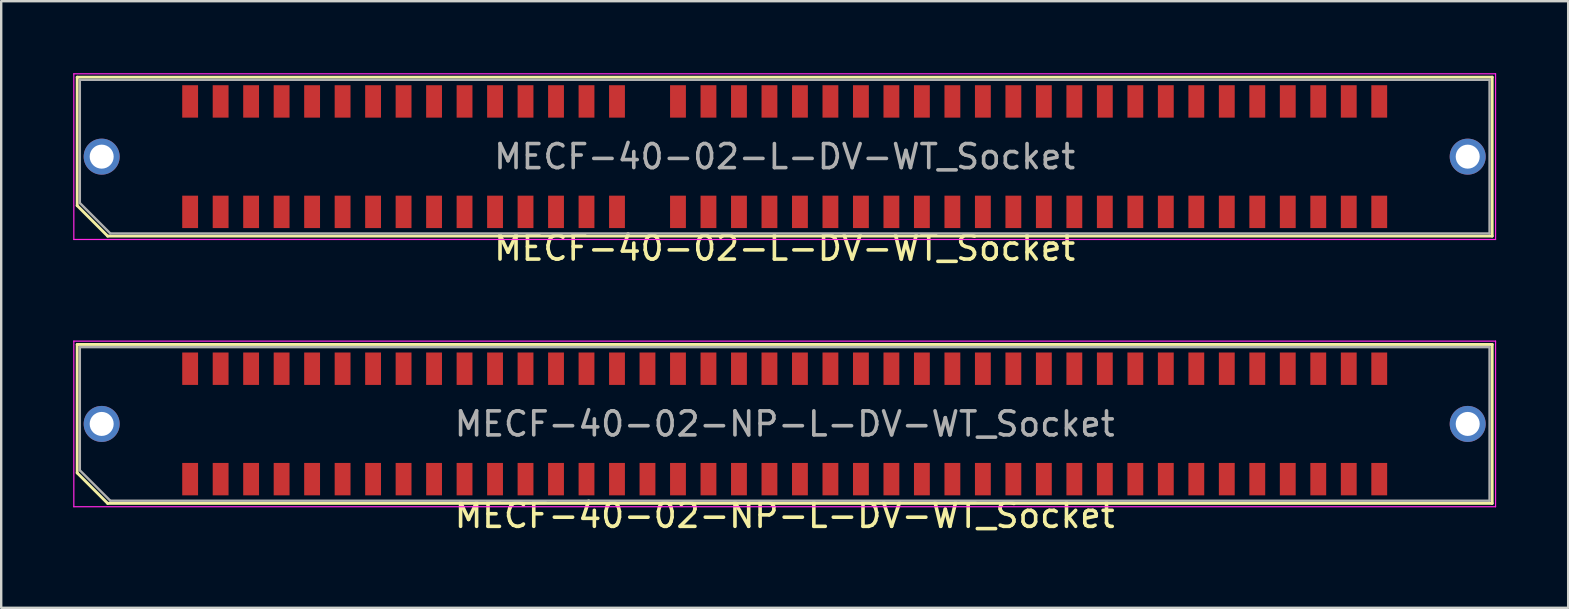
<source format=kicad_pcb>
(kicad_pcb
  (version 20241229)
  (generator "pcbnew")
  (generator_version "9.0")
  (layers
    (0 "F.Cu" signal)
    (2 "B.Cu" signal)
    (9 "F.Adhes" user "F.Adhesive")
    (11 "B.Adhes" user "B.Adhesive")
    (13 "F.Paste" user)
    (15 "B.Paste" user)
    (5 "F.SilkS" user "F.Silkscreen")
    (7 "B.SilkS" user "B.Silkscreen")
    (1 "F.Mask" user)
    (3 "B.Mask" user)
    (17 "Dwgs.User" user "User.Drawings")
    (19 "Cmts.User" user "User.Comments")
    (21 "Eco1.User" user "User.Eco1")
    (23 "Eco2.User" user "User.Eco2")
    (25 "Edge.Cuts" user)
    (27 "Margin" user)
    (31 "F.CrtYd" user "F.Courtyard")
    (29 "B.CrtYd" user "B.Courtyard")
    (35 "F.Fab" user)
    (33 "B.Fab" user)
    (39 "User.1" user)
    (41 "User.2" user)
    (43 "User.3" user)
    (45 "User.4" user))
  (footprint "MECF-40-02-L-DV-WT_Socket"
    (layer "F.Cu")
    (at 29.635 3.475)
    (property "Reference" "MECF-40-02-L-DV-WT_Socket" (at 0 3.81 0) (layer "F.SilkS") (effects (font (size 1 1) (thickness 0.15))))
    (attr smd)
    (fp_line (start -29.47 -3.31) (end 29.47 -3.31) (stroke (width 0.12) (type solid)) (layer "F.SilkS"))
    (fp_line (start -29.47 2.04) (end -29.47 -3.31) (stroke (width 0.12) (type solid)) (layer "F.SilkS"))
    (fp_line (start -28.2 3.31) (end -29.47 2.04) (stroke (width 0.12) (type solid)) (layer "F.SilkS"))
    (fp_line (start -28.2 3.31) (end 29.47 3.31) (stroke (width 0.12) (type solid)) (layer "F.SilkS"))
    (fp_line (start 29.47 3.31) (end 29.47 -3.31) (stroke (width 0.12) (type solid)) (layer "F.SilkS"))
    (fp_line (start -29.61 -3.45) (end -29.61 3.45) (stroke (width 0.05) (type solid)) (layer "F.CrtYd"))
    (fp_line (start -29.61 3.45) (end 29.61 3.45) (stroke (width 0.05) (type solid)) (layer "F.CrtYd"))
    (fp_line (start 29.61 -3.45) (end -29.61 -3.45) (stroke (width 0.05) (type solid)) (layer "F.CrtYd"))
    (fp_line (start 29.61 3.45) (end 29.61 -3.45) (stroke (width 0.05) (type solid)) (layer "F.CrtYd"))
    (fp_line (start -29.36 -3.2) (end 29.36 -3.2) (stroke (width 0.1) (type solid)) (layer "F.Fab"))
    (fp_line (start -29.36 1.93) (end -29.36 -3.2) (stroke (width 0.1) (type solid)) (layer "F.Fab"))
    (fp_line (start -29.36 1.93) (end -28.09 3.2) (stroke (width 0.1) (type solid)) (layer "F.Fab"))
    (fp_line (start -28.09 3.2) (end 29.36 3.2) (stroke (width 0.1) (type solid)) (layer "F.Fab"))
    (fp_line (start 29.36 3.2) (end 29.36 -3.2) (stroke (width 0.1) (type solid)) (layer "F.Fab"))
    (fp_text user "${REFERENCE}" (at 0 0 0) (layer "F.Fab") (effects (font (size 1 1) (thickness 0.15))))
    (pad "" thru_hole circle (at -28.45 0) (size 1.5 1.5) (drill 1) (layers "*.Cu" "*.Mask"))
    (pad "" np_thru_hole circle (at -26.545 0) (size 0.001 0.001) (drill 1.45) (layers "*.Cu" "*.Mask"))
    (pad "" np_thru_hole circle (at 26.545 1) (size 0.001 0.001) (drill 1.45) (layers "*.Cu" "*.Mask"))
    (pad "" thru_hole circle (at 28.45 0) (size 1.5 1.5) (drill 1) (layers "*.Cu" "*.Mask"))
    (pad "1" smd rect (at -24.765 2.3) (size 0.66 1.35) (layers "F.Cu" "F.Mask" "F.Paste"))
    (pad "2" smd rect (at -24.765 -2.3) (size 0.66 1.35) (layers "F.Cu" "F.Mask" "F.Paste"))
    (pad "3" smd rect (at -23.495 2.3) (size 0.66 1.35) (layers "F.Cu" "F.Mask" "F.Paste"))
    (pad "4" smd rect (at -23.495 -2.3) (size 0.66 1.35) (layers "F.Cu" "F.Mask" "F.Paste"))
    (pad "5" smd rect (at -22.225 2.3) (size 0.66 1.35) (layers "F.Cu" "F.Mask" "F.Paste"))
    (pad "6" smd rect (at -22.225 -2.3) (size 0.66 1.35) (layers "F.Cu" "F.Mask" "F.Paste"))
    (pad "7" smd rect (at -20.955 2.3) (size 0.66 1.35) (layers "F.Cu" "F.Mask" "F.Paste"))
    (pad "8" smd rect (at -20.955 -2.3) (size 0.66 1.35) (layers "F.Cu" "F.Mask" "F.Paste"))
    (pad "9" smd rect (at -19.685 2.3) (size 0.66 1.35) (layers "F.Cu" "F.Mask" "F.Paste"))
    (pad "10" smd rect (at -19.685 -2.3) (size 0.66 1.35) (layers "F.Cu" "F.Mask" "F.Paste"))
    (pad "11" smd rect (at -18.415 2.3) (size 0.66 1.35) (layers "F.Cu" "F.Mask" "F.Paste"))
    (pad "12" smd rect (at -18.415 -2.3) (size 0.66 1.35) (layers "F.Cu" "F.Mask" "F.Paste"))
    (pad "13" smd rect (at -17.145 2.3) (size 0.66 1.35) (layers "F.Cu" "F.Mask" "F.Paste"))
    (pad "14" smd rect (at -17.145 -2.3) (size 0.66 1.35) (layers "F.Cu" "F.Mask" "F.Paste"))
    (pad "15" smd rect (at -15.875 2.3) (size 0.66 1.35) (layers "F.Cu" "F.Mask" "F.Paste"))
    (pad "16" smd rect (at -15.875 -2.3) (size 0.66 1.35) (layers "F.Cu" "F.Mask" "F.Paste"))
    (pad "17" smd rect (at -14.605 2.3) (size 0.66 1.35) (layers "F.Cu" "F.Mask" "F.Paste"))
    (pad "18" smd rect (at -14.605 -2.3) (size 0.66 1.35) (layers "F.Cu" "F.Mask" "F.Paste"))
    (pad "19" smd rect (at -13.335 2.3) (size 0.66 1.35) (layers "F.Cu" "F.Mask" "F.Paste"))
    (pad "20" smd rect (at -13.335 -2.3) (size 0.66 1.35) (layers "F.Cu" "F.Mask" "F.Paste"))
    (pad "21" smd rect (at -12.065 2.3) (size 0.66 1.35) (layers "F.Cu" "F.Mask" "F.Paste"))
    (pad "22" smd rect (at -12.065 -2.3) (size 0.66 1.35) (layers "F.Cu" "F.Mask" "F.Paste"))
    (pad "23" smd rect (at -10.795 2.3) (size 0.66 1.35) (layers "F.Cu" "F.Mask" "F.Paste"))
    (pad "24" smd rect (at -10.795 -2.3) (size 0.66 1.35) (layers "F.Cu" "F.Mask" "F.Paste"))
    (pad "25" smd rect (at -9.525 2.3) (size 0.66 1.35) (layers "F.Cu" "F.Mask" "F.Paste"))
    (pad "26" smd rect (at -9.525 -2.3) (size 0.66 1.35) (layers "F.Cu" "F.Mask" "F.Paste"))
    (pad "27" smd rect (at -8.255 2.3) (size 0.66 1.35) (layers "F.Cu" "F.Mask" "F.Paste"))
    (pad "28" smd rect (at -8.255 -2.3) (size 0.66 1.35) (layers "F.Cu" "F.Mask" "F.Paste"))
    (pad "29" smd rect (at -6.985 2.3) (size 0.66 1.35) (layers "F.Cu" "F.Mask" "F.Paste"))
    (pad "30" smd rect (at -6.985 -2.3) (size 0.66 1.35) (layers "F.Cu" "F.Mask" "F.Paste"))
    (pad "33" smd rect (at -4.445 2.3) (size 0.66 1.35) (layers "F.Cu" "F.Mask" "F.Paste"))
    (pad "34" smd rect (at -4.445 -2.3) (size 0.66 1.35) (layers "F.Cu" "F.Mask" "F.Paste"))
    (pad "35" smd rect (at -3.175 2.3) (size 0.66 1.35) (layers "F.Cu" "F.Mask" "F.Paste"))
    (pad "36" smd rect (at -3.175 -2.3) (size 0.66 1.35) (layers "F.Cu" "F.Mask" "F.Paste"))
    (pad "37" smd rect (at -1.905 2.3) (size 0.66 1.35) (layers "F.Cu" "F.Mask" "F.Paste"))
    (pad "38" smd rect (at -1.905 -2.3) (size 0.66 1.35) (layers "F.Cu" "F.Mask" "F.Paste"))
    (pad "39" smd rect (at -0.635 2.3) (size 0.66 1.35) (layers "F.Cu" "F.Mask" "F.Paste"))
    (pad "40" smd rect (at -0.635 -2.3) (size 0.66 1.35) (layers "F.Cu" "F.Mask" "F.Paste"))
    (pad "41" smd rect (at 0.635 2.3) (size 0.66 1.35) (layers "F.Cu" "F.Mask" "F.Paste"))
    (pad "42" smd rect (at 0.635 -2.3) (size 0.66 1.35) (layers "F.Cu" "F.Mask" "F.Paste"))
    (pad "43" smd rect (at 1.905 2.3) (size 0.66 1.35) (layers "F.Cu" "F.Mask" "F.Paste"))
    (pad "44" smd rect (at 1.905 -2.3) (size 0.66 1.35) (layers "F.Cu" "F.Mask" "F.Paste"))
    (pad "45" smd rect (at 3.175 2.3) (size 0.66 1.35) (layers "F.Cu" "F.Mask" "F.Paste"))
    (pad "46" smd rect (at 3.175 -2.3) (size 0.66 1.35) (layers "F.Cu" "F.Mask" "F.Paste"))
    (pad "47" smd rect (at 4.445 2.3) (size 0.66 1.35) (layers "F.Cu" "F.Mask" "F.Paste"))
    (pad "48" smd rect (at 4.445 -2.3) (size 0.66 1.35) (layers "F.Cu" "F.Mask" "F.Paste"))
    (pad "49" smd rect (at 5.715 2.3) (size 0.66 1.35) (layers "F.Cu" "F.Mask" "F.Paste"))
    (pad "50" smd rect (at 5.715 -2.3) (size 0.66 1.35) (layers "F.Cu" "F.Mask" "F.Paste"))
    (pad "51" smd rect (at 6.985 2.3) (size 0.66 1.35) (layers "F.Cu" "F.Mask" "F.Paste"))
    (pad "52" smd rect (at 6.985 -2.3) (size 0.66 1.35) (layers "F.Cu" "F.Mask" "F.Paste"))
    (pad "53" smd rect (at 8.255 2.3) (size 0.66 1.35) (layers "F.Cu" "F.Mask" "F.Paste"))
    (pad "54" smd rect (at 8.255 -2.3) (size 0.66 1.35) (layers "F.Cu" "F.Mask" "F.Paste"))
    (pad "55" smd rect (at 9.525 2.3) (size 0.66 1.35) (layers "F.Cu" "F.Mask" "F.Paste"))
    (pad "56" smd rect (at 9.525 -2.3) (size 0.66 1.35) (layers "F.Cu" "F.Mask" "F.Paste"))
    (pad "57" smd rect (at 10.795 2.3) (size 0.66 1.35) (layers "F.Cu" "F.Mask" "F.Paste"))
    (pad "58" smd rect (at 10.795 -2.3) (size 0.66 1.35) (layers "F.Cu" "F.Mask" "F.Paste"))
    (pad "59" smd rect (at 12.065 2.3) (size 0.66 1.35) (layers "F.Cu" "F.Mask" "F.Paste"))
    (pad "60" smd rect (at 12.065 -2.3) (size 0.66 1.35) (layers "F.Cu" "F.Mask" "F.Paste"))
    (pad "61" smd rect (at 13.335 2.3) (size 0.66 1.35) (layers "F.Cu" "F.Mask" "F.Paste"))
    (pad "62" smd rect (at 13.335 -2.3) (size 0.66 1.35) (layers "F.Cu" "F.Mask" "F.Paste"))
    (pad "63" smd rect (at 14.605 2.3) (size 0.66 1.35) (layers "F.Cu" "F.Mask" "F.Paste"))
    (pad "64" smd rect (at 14.605 -2.3) (size 0.66 1.35) (layers "F.Cu" "F.Mask" "F.Paste"))
    (pad "65" smd rect (at 15.875 2.3) (size 0.66 1.35) (layers "F.Cu" "F.Mask" "F.Paste"))
    (pad "66" smd rect (at 15.875 -2.3) (size 0.66 1.35) (layers "F.Cu" "F.Mask" "F.Paste"))
    (pad "67" smd rect (at 17.145 2.3) (size 0.66 1.35) (layers "F.Cu" "F.Mask" "F.Paste"))
    (pad "68" smd rect (at 17.145 -2.3) (size 0.66 1.35) (layers "F.Cu" "F.Mask" "F.Paste"))
    (pad "69" smd rect (at 18.415 2.3) (size 0.66 1.35) (layers "F.Cu" "F.Mask" "F.Paste"))
    (pad "70" smd rect (at 18.415 -2.3) (size 0.66 1.35) (layers "F.Cu" "F.Mask" "F.Paste"))
    (pad "71" smd rect (at 19.685 2.3) (size 0.66 1.35) (layers "F.Cu" "F.Mask" "F.Paste"))
    (pad "72" smd rect (at 19.685 -2.3) (size 0.66 1.35) (layers "F.Cu" "F.Mask" "F.Paste"))
    (pad "73" smd rect (at 20.955 2.3) (size 0.66 1.35) (layers "F.Cu" "F.Mask" "F.Paste"))
    (pad "74" smd rect (at 20.955 -2.3) (size 0.66 1.35) (layers "F.Cu" "F.Mask" "F.Paste"))
    (pad "75" smd rect (at 22.225 2.3) (size 0.66 1.35) (layers "F.Cu" "F.Mask" "F.Paste"))
    (pad "76" smd rect (at 22.225 -2.3) (size 0.66 1.35) (layers "F.Cu" "F.Mask" "F.Paste"))
    (pad "77" smd rect (at 23.495 2.3) (size 0.66 1.35) (layers "F.Cu" "F.Mask" "F.Paste"))
    (pad "78" smd rect (at 23.495 -2.3) (size 0.66 1.35) (layers "F.Cu" "F.Mask" "F.Paste"))
    (pad "79" smd rect (at 24.765 2.3) (size 0.66 1.35) (layers "F.Cu" "F.Mask" "F.Paste"))
    (pad "80" smd rect (at 24.765 -2.3) (size 0.66 1.35) (layers "F.Cu" "F.Mask" "F.Paste")))
  (footprint "MECF-40-02-NP-L-DV-WT_Socket"
    (layer "F.Cu")
    (at 29.635 14.608)
    (property "Reference" "MECF-40-02-NP-L-DV-WT_Socket" (at 0 3.81 0) (layer "F.SilkS") (effects (font (size 1 1) (thickness 0.15))))
    (attr smd)
    (fp_line (start -29.47 -3.31) (end 29.47 -3.31) (stroke (width 0.12) (type solid)) (layer "F.SilkS"))
    (fp_line (start -29.47 2.04) (end -29.47 -3.31) (stroke (width 0.12) (type solid)) (layer "F.SilkS"))
    (fp_line (start -28.2 3.31) (end -29.47 2.04) (stroke (width 0.12) (type solid)) (layer "F.SilkS"))
    (fp_line (start -28.2 3.31) (end 29.47 3.31) (stroke (width 0.12) (type solid)) (layer "F.SilkS"))
    (fp_line (start 29.47 3.31) (end 29.47 -3.31) (stroke (width 0.12) (type solid)) (layer "F.SilkS"))
    (fp_line (start -29.61 -3.45) (end -29.61 3.45) (stroke (width 0.05) (type solid)) (layer "F.CrtYd"))
    (fp_line (start -29.61 3.45) (end 29.61 3.45) (stroke (width 0.05) (type solid)) (layer "F.CrtYd"))
    (fp_line (start 29.61 -3.45) (end -29.61 -3.45) (stroke (width 0.05) (type solid)) (layer "F.CrtYd"))
    (fp_line (start 29.61 3.45) (end 29.61 -3.45) (stroke (width 0.05) (type solid)) (layer "F.CrtYd"))
    (fp_line (start -29.36 -3.2) (end 29.36 -3.2) (stroke (width 0.1) (type solid)) (layer "F.Fab"))
    (fp_line (start -29.36 1.93) (end -29.36 -3.2) (stroke (width 0.1) (type solid)) (layer "F.Fab"))
    (fp_line (start -29.36 1.93) (end -28.09 3.2) (stroke (width 0.1) (type solid)) (layer "F.Fab"))
    (fp_line (start -28.09 3.2) (end 29.36 3.2) (stroke (width 0.1) (type solid)) (layer "F.Fab"))
    (fp_line (start 29.36 3.2) (end 29.36 -3.2) (stroke (width 0.1) (type solid)) (layer "F.Fab"))
    (fp_text user "${REFERENCE}" (at 0 0 0) (layer "F.Fab") (effects (font (size 1 1) (thickness 0.15))))
    (pad "" thru_hole circle (at -28.45 0) (size 1.5 1.5) (drill 1) (layers "*.Cu" "*.Mask"))
    (pad "" np_thru_hole circle (at -26.545 0) (size 0.001 0.001) (drill 1.45) (layers "*.Cu" "*.Mask"))
    (pad "" np_thru_hole circle (at 26.545 1) (size 0.001 0.001) (drill 1.45) (layers "*.Cu" "*.Mask"))
    (pad "" thru_hole circle (at 28.45 0) (size 1.5 1.5) (drill 1) (layers "*.Cu" "*.Mask"))
    (pad "1" smd rect (at -24.765 2.3) (size 0.66 1.35) (layers "F.Cu" "F.Mask" "F.Paste"))
    (pad "2" smd rect (at -24.765 -2.3) (size 0.66 1.35) (layers "F.Cu" "F.Mask" "F.Paste"))
    (pad "3" smd rect (at -23.495 2.3) (size 0.66 1.35) (layers "F.Cu" "F.Mask" "F.Paste"))
    (pad "4" smd rect (at -23.495 -2.3) (size 0.66 1.35) (layers "F.Cu" "F.Mask" "F.Paste"))
    (pad "5" smd rect (at -22.225 2.3) (size 0.66 1.35) (layers "F.Cu" "F.Mask" "F.Paste"))
    (pad "6" smd rect (at -22.225 -2.3) (size 0.66 1.35) (layers "F.Cu" "F.Mask" "F.Paste"))
    (pad "7" smd rect (at -20.955 2.3) (size 0.66 1.35) (layers "F.Cu" "F.Mask" "F.Paste"))
    (pad "8" smd rect (at -20.955 -2.3) (size 0.66 1.35) (layers "F.Cu" "F.Mask" "F.Paste"))
    (pad "9" smd rect (at -19.685 2.3) (size 0.66 1.35) (layers "F.Cu" "F.Mask" "F.Paste"))
    (pad "10" smd rect (at -19.685 -2.3) (size 0.66 1.35) (layers "F.Cu" "F.Mask" "F.Paste"))
    (pad "11" smd rect (at -18.415 2.3) (size 0.66 1.35) (layers "F.Cu" "F.Mask" "F.Paste"))
    (pad "12" smd rect (at -18.415 -2.3) (size 0.66 1.35) (layers "F.Cu" "F.Mask" "F.Paste"))
    (pad "13" smd rect (at -17.145 2.3) (size 0.66 1.35) (layers "F.Cu" "F.Mask" "F.Paste"))
    (pad "14" smd rect (at -17.145 -2.3) (size 0.66 1.35) (layers "F.Cu" "F.Mask" "F.Paste"))
    (pad "15" smd rect (at -15.875 2.3) (size 0.66 1.35) (layers "F.Cu" "F.Mask" "F.Paste"))
    (pad "16" smd rect (at -15.875 -2.3) (size 0.66 1.35) (layers "F.Cu" "F.Mask" "F.Paste"))
    (pad "17" smd rect (at -14.605 2.3) (size 0.66 1.35) (layers "F.Cu" "F.Mask" "F.Paste"))
    (pad "18" smd rect (at -14.605 -2.3) (size 0.66 1.35) (layers "F.Cu" "F.Mask" "F.Paste"))
    (pad "19" smd rect (at -13.335 2.3) (size 0.66 1.35) (layers "F.Cu" "F.Mask" "F.Paste"))
    (pad "20" smd rect (at -13.335 -2.3) (size 0.66 1.35) (layers "F.Cu" "F.Mask" "F.Paste"))
    (pad "21" smd rect (at -12.065 2.3) (size 0.66 1.35) (layers "F.Cu" "F.Mask" "F.Paste"))
    (pad "22" smd rect (at -12.065 -2.3) (size 0.66 1.35) (layers "F.Cu" "F.Mask" "F.Paste"))
    (pad "23" smd rect (at -10.795 2.3) (size 0.66 1.35) (layers "F.Cu" "F.Mask" "F.Paste"))
    (pad "24" smd rect (at -10.795 -2.3) (size 0.66 1.35) (layers "F.Cu" "F.Mask" "F.Paste"))
    (pad "25" smd rect (at -9.525 2.3) (size 0.66 1.35) (layers "F.Cu" "F.Mask" "F.Paste"))
    (pad "26" smd rect (at -9.525 -2.3) (size 0.66 1.35) (layers "F.Cu" "F.Mask" "F.Paste"))
    (pad "27" smd rect (at -8.255 2.3) (size 0.66 1.35) (layers "F.Cu" "F.Mask" "F.Paste"))
    (pad "28" smd rect (at -8.255 -2.3) (size 0.66 1.35) (layers "F.Cu" "F.Mask" "F.Paste"))
    (pad "29" smd rect (at -6.985 2.3) (size 0.66 1.35) (layers "F.Cu" "F.Mask" "F.Paste"))
    (pad "30" smd rect (at -6.985 -2.3) (size 0.66 1.35) (layers "F.Cu" "F.Mask" "F.Paste"))
    (pad "31" smd rect (at -5.715 2.3) (size 0.66 1.35) (layers "F.Cu" "F.Mask" "F.Paste"))
    (pad "32" smd rect (at -5.715 -2.3) (size 0.66 1.35) (layers "F.Cu" "F.Mask" "F.Paste"))
    (pad "33" smd rect (at -4.445 2.3) (size 0.66 1.35) (layers "F.Cu" "F.Mask" "F.Paste"))
    (pad "34" smd rect (at -4.445 -2.3) (size 0.66 1.35) (layers "F.Cu" "F.Mask" "F.Paste"))
    (pad "35" smd rect (at -3.175 2.3) (size 0.66 1.35) (layers "F.Cu" "F.Mask" "F.Paste"))
    (pad "36" smd rect (at -3.175 -2.3) (size 0.66 1.35) (layers "F.Cu" "F.Mask" "F.Paste"))
    (pad "37" smd rect (at -1.905 2.3) (size 0.66 1.35) (layers "F.Cu" "F.Mask" "F.Paste"))
    (pad "38" smd rect (at -1.905 -2.3) (size 0.66 1.35) (layers "F.Cu" "F.Mask" "F.Paste"))
    (pad "39" smd rect (at -0.635 2.3) (size 0.66 1.35) (layers "F.Cu" "F.Mask" "F.Paste"))
    (pad "40" smd rect (at -0.635 -2.3) (size 0.66 1.35) (layers "F.Cu" "F.Mask" "F.Paste"))
    (pad "41" smd rect (at 0.635 2.3) (size 0.66 1.35) (layers "F.Cu" "F.Mask" "F.Paste"))
    (pad "42" smd rect (at 0.635 -2.3) (size 0.66 1.35) (layers "F.Cu" "F.Mask" "F.Paste"))
    (pad "43" smd rect (at 1.905 2.3) (size 0.66 1.35) (layers "F.Cu" "F.Mask" "F.Paste"))
    (pad "44" smd rect (at 1.905 -2.3) (size 0.66 1.35) (layers "F.Cu" "F.Mask" "F.Paste"))
    (pad "45" smd rect (at 3.175 2.3) (size 0.66 1.35) (layers "F.Cu" "F.Mask" "F.Paste"))
    (pad "46" smd rect (at 3.175 -2.3) (size 0.66 1.35) (layers "F.Cu" "F.Mask" "F.Paste"))
    (pad "47" smd rect (at 4.445 2.3) (size 0.66 1.35) (layers "F.Cu" "F.Mask" "F.Paste"))
    (pad "48" smd rect (at 4.445 -2.3) (size 0.66 1.35) (layers "F.Cu" "F.Mask" "F.Paste"))
    (pad "49" smd rect (at 5.715 2.3) (size 0.66 1.35) (layers "F.Cu" "F.Mask" "F.Paste"))
    (pad "50" smd rect (at 5.715 -2.3) (size 0.66 1.35) (layers "F.Cu" "F.Mask" "F.Paste"))
    (pad "51" smd rect (at 6.985 2.3) (size 0.66 1.35) (layers "F.Cu" "F.Mask" "F.Paste"))
    (pad "52" smd rect (at 6.985 -2.3) (size 0.66 1.35) (layers "F.Cu" "F.Mask" "F.Paste"))
    (pad "53" smd rect (at 8.255 2.3) (size 0.66 1.35) (layers "F.Cu" "F.Mask" "F.Paste"))
    (pad "54" smd rect (at 8.255 -2.3) (size 0.66 1.35) (layers "F.Cu" "F.Mask" "F.Paste"))
    (pad "55" smd rect (at 9.525 2.3) (size 0.66 1.35) (layers "F.Cu" "F.Mask" "F.Paste"))
    (pad "56" smd rect (at 9.525 -2.3) (size 0.66 1.35) (layers "F.Cu" "F.Mask" "F.Paste"))
    (pad "57" smd rect (at 10.795 2.3) (size 0.66 1.35) (layers "F.Cu" "F.Mask" "F.Paste"))
    (pad "58" smd rect (at 10.795 -2.3) (size 0.66 1.35) (layers "F.Cu" "F.Mask" "F.Paste"))
    (pad "59" smd rect (at 12.065 2.3) (size 0.66 1.35) (layers "F.Cu" "F.Mask" "F.Paste"))
    (pad "60" smd rect (at 12.065 -2.3) (size 0.66 1.35) (layers "F.Cu" "F.Mask" "F.Paste"))
    (pad "61" smd rect (at 13.335 2.3) (size 0.66 1.35) (layers "F.Cu" "F.Mask" "F.Paste"))
    (pad "62" smd rect (at 13.335 -2.3) (size 0.66 1.35) (layers "F.Cu" "F.Mask" "F.Paste"))
    (pad "63" smd rect (at 14.605 2.3) (size 0.66 1.35) (layers "F.Cu" "F.Mask" "F.Paste"))
    (pad "64" smd rect (at 14.605 -2.3) (size 0.66 1.35) (layers "F.Cu" "F.Mask" "F.Paste"))
    (pad "65" smd rect (at 15.875 2.3) (size 0.66 1.35) (layers "F.Cu" "F.Mask" "F.Paste"))
    (pad "66" smd rect (at 15.875 -2.3) (size 0.66 1.35) (layers "F.Cu" "F.Mask" "F.Paste"))
    (pad "67" smd rect (at 17.145 2.3) (size 0.66 1.35) (layers "F.Cu" "F.Mask" "F.Paste"))
    (pad "68" smd rect (at 17.145 -2.3) (size 0.66 1.35) (layers "F.Cu" "F.Mask" "F.Paste"))
    (pad "69" smd rect (at 18.415 2.3) (size 0.66 1.35) (layers "F.Cu" "F.Mask" "F.Paste"))
    (pad "70" smd rect (at 18.415 -2.3) (size 0.66 1.35) (layers "F.Cu" "F.Mask" "F.Paste"))
    (pad "71" smd rect (at 19.685 2.3) (size 0.66 1.35) (layers "F.Cu" "F.Mask" "F.Paste"))
    (pad "72" smd rect (at 19.685 -2.3) (size 0.66 1.35) (layers "F.Cu" "F.Mask" "F.Paste"))
    (pad "73" smd rect (at 20.955 2.3) (size 0.66 1.35) (layers "F.Cu" "F.Mask" "F.Paste"))
    (pad "74" smd rect (at 20.955 -2.3) (size 0.66 1.35) (layers "F.Cu" "F.Mask" "F.Paste"))
    (pad "75" smd rect (at 22.225 2.3) (size 0.66 1.35) (layers "F.Cu" "F.Mask" "F.Paste"))
    (pad "76" smd rect (at 22.225 -2.3) (size 0.66 1.35) (layers "F.Cu" "F.Mask" "F.Paste"))
    (pad "77" smd rect (at 23.495 2.3) (size 0.66 1.35) (layers "F.Cu" "F.Mask" "F.Paste"))
    (pad "78" smd rect (at 23.495 -2.3) (size 0.66 1.35) (layers "F.Cu" "F.Mask" "F.Paste"))
    (pad "79" smd rect (at 24.765 2.3) (size 0.66 1.35) (layers "F.Cu" "F.Mask" "F.Paste"))
    (pad "80" smd rect (at 24.765 -2.3) (size 0.66 1.35) (layers "F.Cu" "F.Mask" "F.Paste")))
  (gr_rect
    (start -3 -3)
    (end 62.27 22.267)
    (stroke (width 0.1) (type default))
    (fill no)
    (layer "Edge.Cuts")))
</source>
